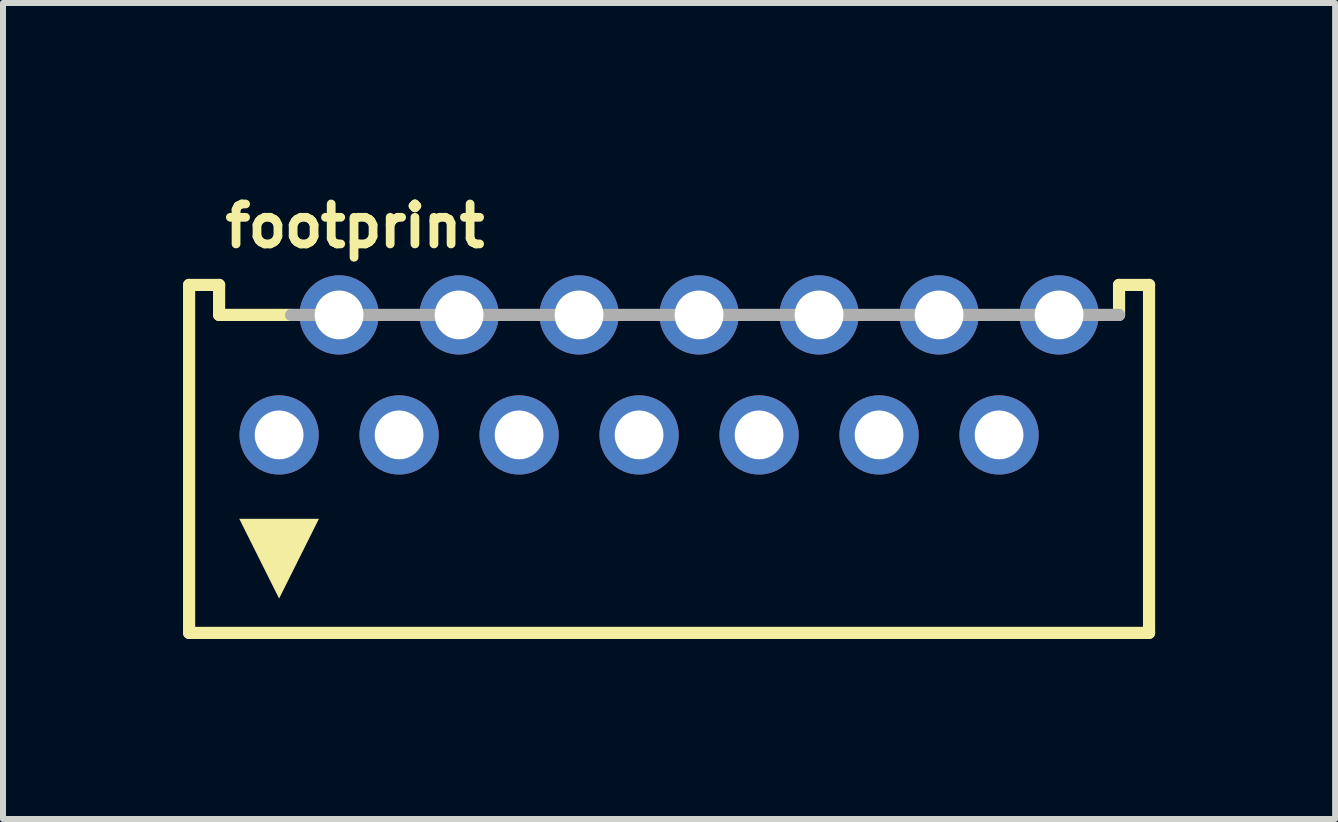
<source format=kicad_pcb>
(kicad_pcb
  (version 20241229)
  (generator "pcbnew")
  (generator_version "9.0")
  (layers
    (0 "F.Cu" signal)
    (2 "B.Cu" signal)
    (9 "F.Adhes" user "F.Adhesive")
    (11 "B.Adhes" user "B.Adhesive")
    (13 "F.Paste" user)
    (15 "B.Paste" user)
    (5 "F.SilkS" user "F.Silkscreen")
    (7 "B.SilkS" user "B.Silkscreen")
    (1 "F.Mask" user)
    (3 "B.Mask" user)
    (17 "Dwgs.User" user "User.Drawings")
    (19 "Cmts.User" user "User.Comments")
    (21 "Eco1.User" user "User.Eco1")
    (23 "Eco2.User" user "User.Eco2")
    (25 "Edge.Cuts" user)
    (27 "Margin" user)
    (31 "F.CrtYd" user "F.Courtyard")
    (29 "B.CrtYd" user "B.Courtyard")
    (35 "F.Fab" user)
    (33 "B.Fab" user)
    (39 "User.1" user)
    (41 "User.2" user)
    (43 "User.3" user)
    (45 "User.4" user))
  (footprint "footprint"
    (layer "F.Cu")
    (at 8.102 4.199)
    (property "Reference" "footprint" (at -7.472 -3.094 0) (layer "F.SilkS") (effects (font (size 0.666 0.666) (thickness 0.146)) (justify left bottom)))
    (fp_line (start -8 -2.5) (end -8 3.3) (stroke (width 0.203) (type solid)) (layer "F.SilkS"))
    (fp_line (start -8 3.3) (end 8 3.3) (stroke (width 0.203) (type solid)) (layer "F.SilkS"))
    (fp_line (start -7.5 -2.5) (end -8 -2.5) (stroke (width 0.203) (type solid)) (layer "F.SilkS"))
    (fp_line (start -7.5 -2) (end -7.5 -2.5) (stroke (width 0.203) (type solid)) (layer "F.SilkS"))
    (fp_line (start -7.5 -2) (end -6.3 -2) (stroke (width 0.203) (type solid)) (layer "F.SilkS"))
    (fp_line (start 7.5 -2.5) (end 8 -2.5) (stroke (width 0.203) (type solid)) (layer "F.SilkS"))
    (fp_line (start 7.5 -2) (end 7.5 -2.5) (stroke (width 0.203) (type solid)) (layer "F.SilkS"))
    (fp_line (start 8 -2.5) (end 8 3.3) (stroke (width 0.203) (type solid)) (layer "F.SilkS"))
    (fp_poly (pts (xy -6.5 2.727) (xy -7.164 1.398) (xy -5.836 1.398)) (stroke (width 0) (type solid)) (fill yes) (layer "F.SilkS"))
    (fp_line (start -6.3 -2) (end 7.5 -2) (stroke (width 0.203) (type solid)) (layer "F.Fab"))
    (pad "1" thru_hole circle (at -6.5 0) (size 1.321 1.321) (drill 0.813) (layers "*.Cu" "*.Mask"))
    (pad "2" thru_hole circle (at -5.5 -2) (size 1.321 1.321) (drill 0.813) (layers "*.Cu" "*.Mask"))
    (pad "3" thru_hole circle (at -4.5 0) (size 1.321 1.321) (drill 0.813) (layers "*.Cu" "*.Mask"))
    (pad "4" thru_hole circle (at -3.5 -2) (size 1.321 1.321) (drill 0.813) (layers "*.Cu" "*.Mask"))
    (pad "5" thru_hole circle (at -2.5 0) (size 1.321 1.321) (drill 0.813) (layers "*.Cu" "*.Mask"))
    (pad "6" thru_hole circle (at -1.5 -2) (size 1.321 1.321) (drill 0.813) (layers "*.Cu" "*.Mask"))
    (pad "7" thru_hole circle (at -0.5 0) (size 1.321 1.321) (drill 0.813) (layers "*.Cu" "*.Mask"))
    (pad "8" thru_hole circle (at 0.5 -2) (size 1.321 1.321) (drill 0.813) (layers "*.Cu" "*.Mask"))
    (pad "9" thru_hole circle (at 1.5 0) (size 1.321 1.321) (drill 0.813) (layers "*.Cu" "*.Mask"))
    (pad "10" thru_hole circle (at 2.5 -2) (size 1.321 1.321) (drill 0.813) (layers "*.Cu" "*.Mask"))
    (pad "11" thru_hole circle (at 3.5 0) (size 1.321 1.321) (drill 0.813) (layers "*.Cu" "*.Mask"))
    (pad "12" thru_hole circle (at 4.5 -2) (size 1.321 1.321) (drill 0.813) (layers "*.Cu" "*.Mask"))
    (pad "13" thru_hole circle (at 5.5 0) (size 1.321 1.321) (drill 0.813) (layers "*.Cu" "*.Mask"))
    (pad "14" thru_hole circle (at 6.5 -2) (size 1.321 1.321) (drill 0.813) (layers "*.Cu" "*.Mask")))
  (gr_rect
    (start -3 -3)
    (end 19.203 10.601)
    (stroke (width 0.1) (type default))
    (fill no)
    (layer "Edge.Cuts")))
</source>
